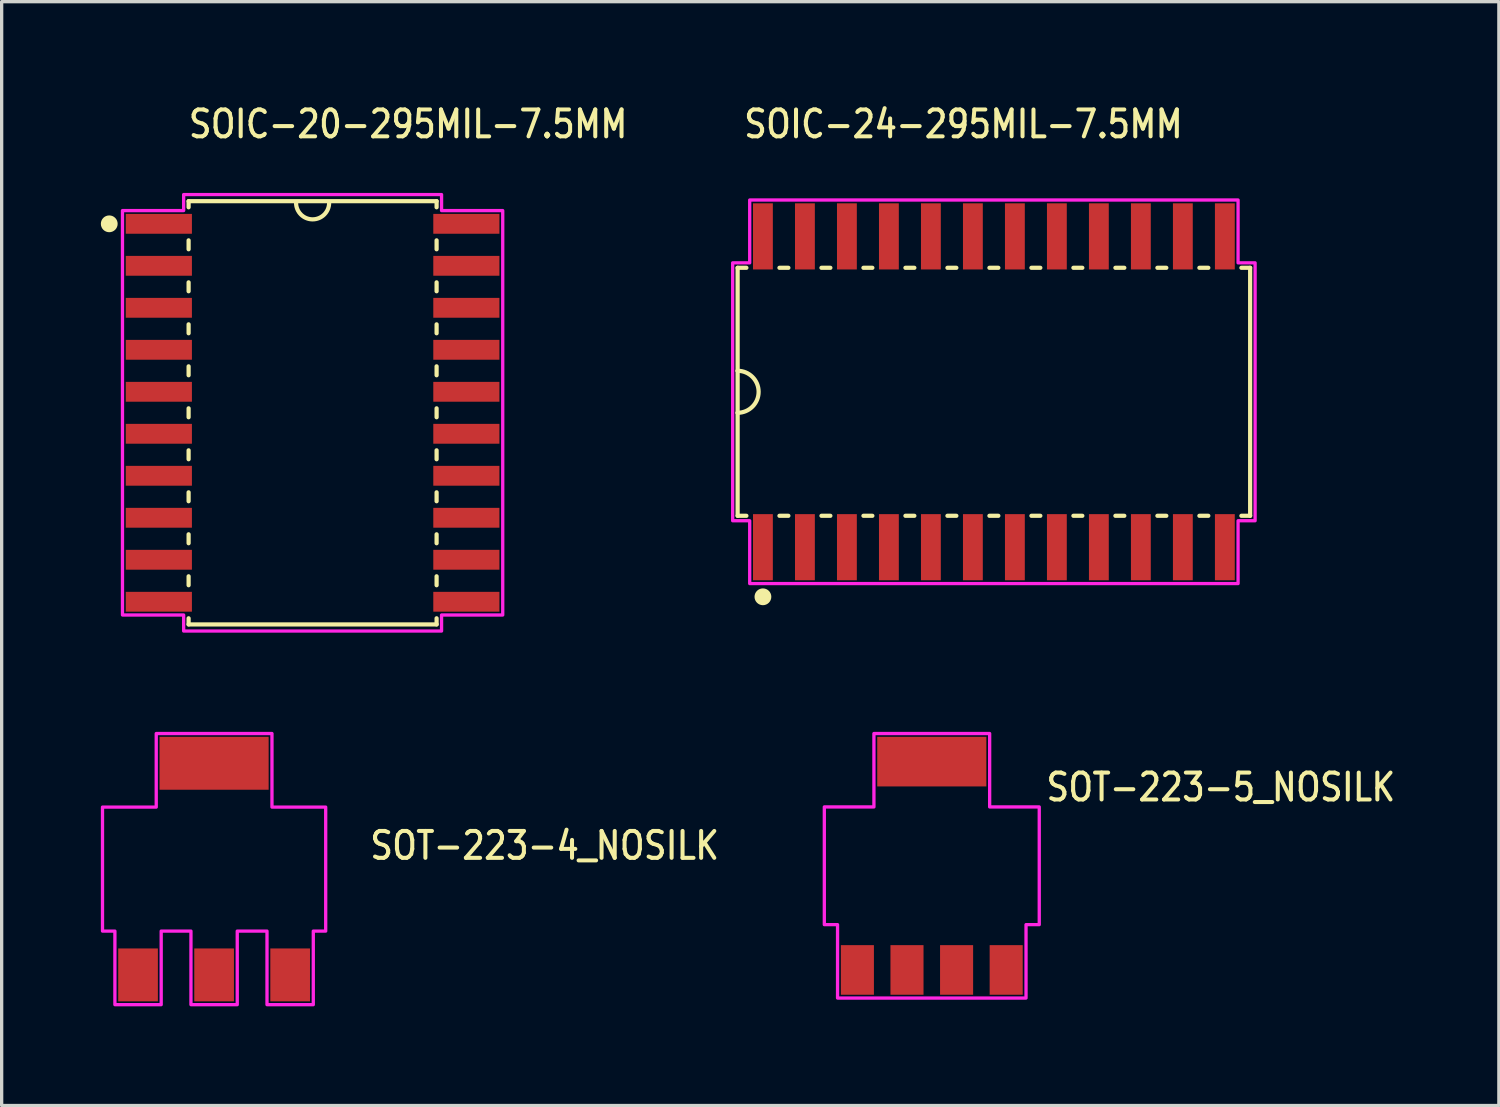
<source format=kicad_pcb>
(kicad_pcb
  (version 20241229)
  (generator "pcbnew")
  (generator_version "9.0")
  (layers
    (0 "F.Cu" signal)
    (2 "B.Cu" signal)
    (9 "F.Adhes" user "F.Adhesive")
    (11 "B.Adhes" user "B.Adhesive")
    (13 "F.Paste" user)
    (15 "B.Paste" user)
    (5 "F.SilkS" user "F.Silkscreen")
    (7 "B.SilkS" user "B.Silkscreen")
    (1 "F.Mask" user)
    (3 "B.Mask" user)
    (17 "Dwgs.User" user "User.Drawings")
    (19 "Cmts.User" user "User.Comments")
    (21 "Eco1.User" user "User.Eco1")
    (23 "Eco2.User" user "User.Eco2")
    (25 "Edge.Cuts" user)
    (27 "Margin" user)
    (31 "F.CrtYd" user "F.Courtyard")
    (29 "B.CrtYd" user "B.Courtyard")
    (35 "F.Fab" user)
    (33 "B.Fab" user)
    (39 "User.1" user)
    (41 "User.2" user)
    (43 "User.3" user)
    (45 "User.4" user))
  (footprint "SOT-223-4_NOSILK"
    (layer "F.Cu")
    (at 3.425 23.234)
    (property "Reference" "SOT-223-4_NOSILK" (at 4.655 -0.235 0) (unlocked yes) (layer "F.SilkS") (effects (font (size 0.813 0.695) (thickness 0.122)) (justify left bottom)))
    (fp_poly (pts (xy -1.75 -1.875) (xy -1.75 -4.1) (xy 1.75 -4.1) (xy 1.75 -1.875) (xy 3.375 -1.875) (xy 3.375 1.875) (xy 3 1.875) (xy 3 4.1) (xy 1.6 4.1) (xy 1.6 1.875) (xy 0.7 1.875) (xy 0.7 4.1) (xy -0.7 4.1) (xy -0.7 1.875) (xy -1.6 1.875) (xy -1.6 4.1) (xy -3 4.1) (xy -3 1.875) (xy -3.375 1.875) (xy -3.375 -1.875)) (stroke (width 0.1) (type solid)) (fill no) (layer "F.CrtYd"))
    (pad "1" smd rect (at -2.3 3.2) (size 1.2 1.6) (layers "F.Cu" "F.Mask" "F.Paste"))
    (pad "2" smd rect (at 0 3.2) (size 1.2 1.6) (layers "F.Cu" "F.Mask" "F.Paste"))
    (pad "3" smd rect (at 2.3 3.2) (size 1.2 1.6) (layers "F.Cu" "F.Mask" "F.Paste"))
    (pad "4" smd rect (at 0 -3.2) (size 3.3 1.6) (layers "F.Cu" "F.Mask" "F.Paste")))
  (footprint "SOIC-20-295MIL-7.5MM"
    (layer "F.Cu")
    (at 6.404 9.434)
    (property "Reference" "SOIC-20-295MIL-7.5MM" (at -3.81 -8.255 0) (unlocked yes) (layer "F.SilkS") (effects (font (size 0.813 0.695) (thickness 0.122)) (justify left bottom)))
    (fp_line (start -3.75 -6.4) (end -3.75 -6.215) (stroke (width 0.127) (type solid)) (layer "F.SilkS"))
    (fp_line (start -3.75 -5.215) (end -3.75 -4.945) (stroke (width 0.127) (type solid)) (layer "F.SilkS"))
    (fp_line (start -3.75 -3.945) (end -3.75 -3.675) (stroke (width 0.127) (type solid)) (layer "F.SilkS"))
    (fp_line (start -3.75 -2.675) (end -3.75 -2.405) (stroke (width 0.127) (type solid)) (layer "F.SilkS"))
    (fp_line (start -3.75 -1.405) (end -3.75 -1.135) (stroke (width 0.127) (type solid)) (layer "F.SilkS"))
    (fp_line (start -3.75 -0.135) (end -3.75 0.135) (stroke (width 0.127) (type solid)) (layer "F.SilkS"))
    (fp_line (start -3.75 1.135) (end -3.75 1.405) (stroke (width 0.127) (type solid)) (layer "F.SilkS"))
    (fp_line (start -3.75 2.405) (end -3.75 2.675) (stroke (width 0.127) (type solid)) (layer "F.SilkS"))
    (fp_line (start -3.75 3.675) (end -3.75 3.945) (stroke (width 0.127) (type solid)) (layer "F.SilkS"))
    (fp_line (start -3.75 4.945) (end -3.75 5.215) (stroke (width 0.127) (type solid)) (layer "F.SilkS"))
    (fp_line (start -3.75 6.215) (end -3.75 6.4) (stroke (width 0.127) (type solid)) (layer "F.SilkS"))
    (fp_line (start -3.75 6.4) (end 3.75 6.4) (stroke (width 0.127) (type solid)) (layer "F.SilkS"))
    (fp_line (start 3.75 -6.4) (end -3.75 -6.4) (stroke (width 0.127) (type solid)) (layer "F.SilkS"))
    (fp_line (start 3.75 -6.215) (end 3.75 -6.4) (stroke (width 0.127) (type solid)) (layer "F.SilkS"))
    (fp_line (start 3.75 -5.215) (end 3.75 -4.945) (stroke (width 0.127) (type solid)) (layer "F.SilkS"))
    (fp_line (start 3.75 -3.945) (end 3.75 -3.675) (stroke (width 0.127) (type solid)) (layer "F.SilkS"))
    (fp_line (start 3.75 -2.675) (end 3.75 -2.405) (stroke (width 0.127) (type solid)) (layer "F.SilkS"))
    (fp_line (start 3.75 -1.405) (end 3.75 -1.135) (stroke (width 0.127) (type solid)) (layer "F.SilkS"))
    (fp_line (start 3.75 -0.135) (end 3.75 0.135) (stroke (width 0.127) (type solid)) (layer "F.SilkS"))
    (fp_line (start 3.75 1.135) (end 3.75 1.405) (stroke (width 0.127) (type solid)) (layer "F.SilkS"))
    (fp_line (start 3.75 2.405) (end 3.75 2.675) (stroke (width 0.127) (type solid)) (layer "F.SilkS"))
    (fp_line (start 3.75 3.675) (end 3.75 3.945) (stroke (width 0.127) (type solid)) (layer "F.SilkS"))
    (fp_line (start 3.75 4.945) (end 3.75 5.215) (stroke (width 0.127) (type solid)) (layer "F.SilkS"))
    (fp_line (start 3.75 6.4) (end 3.75 6.215) (stroke (width 0.127) (type solid)) (layer "F.SilkS"))
    (fp_arc (start 0.5 -6.35) (mid 0 -5.85) (end -0.5 -6.35) (stroke (width 0.127) (type solid)) (layer "F.SilkS"))
    (fp_circle (center -6.15 -5.715) (end -5.896 -5.715) (stroke (width 0) (type solid)) (fill yes) (layer "F.SilkS"))
    (fp_poly (pts (xy -5.75 6.115) (xy -3.9 6.115) (xy -3.9 6.6) (xy 3.9 6.6) (xy 3.9 6.115) (xy 5.75 6.115) (xy 5.75 -6.115) (xy 3.9 -6.115) (xy 3.9 -6.6) (xy -3.9 -6.6) (xy -3.9 -6.115) (xy -5.75 -6.115)) (stroke (width 0.1) (type solid)) (fill no) (layer "F.CrtYd"))
    (pad "1" smd rect (at -4.65 -5.715) (size 2 0.6) (layers "F.Cu" "F.Mask" "F.Paste"))
    (pad "2" smd rect (at -4.65 -4.445) (size 2 0.6) (layers "F.Cu" "F.Mask" "F.Paste"))
    (pad "3" smd rect (at -4.65 -3.175) (size 2 0.6) (layers "F.Cu" "F.Mask" "F.Paste"))
    (pad "4" smd rect (at -4.65 -1.905) (size 2 0.6) (layers "F.Cu" "F.Mask" "F.Paste"))
    (pad "5" smd rect (at -4.65 -0.635) (size 2 0.6) (layers "F.Cu" "F.Mask" "F.Paste"))
    (pad "6" smd rect (at -4.65 0.635) (size 2 0.6) (layers "F.Cu" "F.Mask" "F.Paste"))
    (pad "7" smd rect (at -4.65 1.905) (size 2 0.6) (layers "F.Cu" "F.Mask" "F.Paste"))
    (pad "8" smd rect (at -4.65 3.175) (size 2 0.6) (layers "F.Cu" "F.Mask" "F.Paste"))
    (pad "9" smd rect (at -4.65 4.445) (size 2 0.6) (layers "F.Cu" "F.Mask" "F.Paste"))
    (pad "10" smd rect (at -4.65 5.715) (size 2 0.6) (layers "F.Cu" "F.Mask" "F.Paste"))
    (pad "11" smd rect (at 4.65 5.715) (size 2 0.6) (layers "F.Cu" "F.Mask" "F.Paste"))
    (pad "12" smd rect (at 4.65 4.445) (size 2 0.6) (layers "F.Cu" "F.Mask" "F.Paste"))
    (pad "13" smd rect (at 4.65 3.175) (size 2 0.6) (layers "F.Cu" "F.Mask" "F.Paste"))
    (pad "14" smd rect (at 4.65 1.905) (size 2 0.6) (layers "F.Cu" "F.Mask" "F.Paste"))
    (pad "15" smd rect (at 4.65 0.635) (size 2 0.6) (layers "F.Cu" "F.Mask" "F.Paste"))
    (pad "16" smd rect (at 4.65 -0.635) (size 2 0.6) (layers "F.Cu" "F.Mask" "F.Paste"))
    (pad "17" smd rect (at 4.65 -1.905) (size 2 0.6) (layers "F.Cu" "F.Mask" "F.Paste"))
    (pad "18" smd rect (at 4.65 -3.175) (size 2 0.6) (layers "F.Cu" "F.Mask" "F.Paste"))
    (pad "19" smd rect (at 4.65 -4.445) (size 2 0.6) (layers "F.Cu" "F.Mask" "F.Paste"))
    (pad "20" smd rect (at 4.65 -5.715) (size 2 0.6) (layers "F.Cu" "F.Mask" "F.Paste")))
  (footprint "SOIC-24-295MIL-7.5MM"
    (layer "F.Cu")
    (at 27.008 8.799)
    (property "Reference" "SOIC-24-295MIL-7.5MM" (at -7.62 -7.62 0) (unlocked yes) (layer "F.SilkS") (effects (font (size 0.813 0.695) (thickness 0.122)) (justify left bottom)))
    (fp_line (start -7.75 -3.75) (end -7.75 -0.635) (stroke (width 0.127) (type solid)) (layer "F.SilkS"))
    (fp_line (start -7.75 -3.75) (end -7.485 -3.75) (stroke (width 0.127) (type solid)) (layer "F.SilkS"))
    (fp_line (start -7.75 -0.635) (end -7.75 0.635) (stroke (width 0.127) (type solid)) (layer "F.SilkS"))
    (fp_line (start -7.75 0.635) (end -7.75 3.75) (stroke (width 0.127) (type solid)) (layer "F.SilkS"))
    (fp_line (start -7.75 3.75) (end -7.485 3.75) (stroke (width 0.127) (type solid)) (layer "F.SilkS"))
    (fp_line (start -6.485 -3.75) (end -6.215 -3.75) (stroke (width 0.127) (type solid)) (layer "F.SilkS"))
    (fp_line (start -6.485 3.75) (end -6.215 3.75) (stroke (width 0.127) (type solid)) (layer "F.SilkS"))
    (fp_line (start -5.215 -3.75) (end -4.945 -3.75) (stroke (width 0.127) (type solid)) (layer "F.SilkS"))
    (fp_line (start -5.215 3.75) (end -4.945 3.75) (stroke (width 0.127) (type solid)) (layer "F.SilkS"))
    (fp_line (start -3.945 -3.75) (end -3.675 -3.75) (stroke (width 0.127) (type solid)) (layer "F.SilkS"))
    (fp_line (start -3.945 3.75) (end -3.675 3.75) (stroke (width 0.127) (type solid)) (layer "F.SilkS"))
    (fp_line (start -2.675 -3.75) (end -2.405 -3.75) (stroke (width 0.127) (type solid)) (layer "F.SilkS"))
    (fp_line (start -2.675 3.75) (end -2.405 3.75) (stroke (width 0.127) (type solid)) (layer "F.SilkS"))
    (fp_line (start -1.405 -3.75) (end -1.135 -3.75) (stroke (width 0.127) (type solid)) (layer "F.SilkS"))
    (fp_line (start -1.405 3.75) (end -1.135 3.75) (stroke (width 0.127) (type solid)) (layer "F.SilkS"))
    (fp_line (start -0.135 -3.75) (end 0.135 -3.75) (stroke (width 0.127) (type solid)) (layer "F.SilkS"))
    (fp_line (start -0.135 3.75) (end 0.135 3.75) (stroke (width 0.127) (type solid)) (layer "F.SilkS"))
    (fp_line (start 1.135 -3.75) (end 1.405 -3.75) (stroke (width 0.127) (type solid)) (layer "F.SilkS"))
    (fp_line (start 1.135 3.75) (end 1.405 3.75) (stroke (width 0.127) (type solid)) (layer "F.SilkS"))
    (fp_line (start 2.405 -3.75) (end 2.675 -3.75) (stroke (width 0.127) (type solid)) (layer "F.SilkS"))
    (fp_line (start 2.405 3.75) (end 2.675 3.75) (stroke (width 0.127) (type solid)) (layer "F.SilkS"))
    (fp_line (start 3.675 -3.75) (end 3.945 -3.75) (stroke (width 0.127) (type solid)) (layer "F.SilkS"))
    (fp_line (start 3.675 3.75) (end 3.945 3.75) (stroke (width 0.127) (type solid)) (layer "F.SilkS"))
    (fp_line (start 4.945 -3.75) (end 5.215 -3.75) (stroke (width 0.127) (type solid)) (layer "F.SilkS"))
    (fp_line (start 4.945 3.75) (end 5.215 3.75) (stroke (width 0.127) (type solid)) (layer "F.SilkS"))
    (fp_line (start 6.215 -3.75) (end 6.485 -3.75) (stroke (width 0.127) (type solid)) (layer "F.SilkS"))
    (fp_line (start 6.215 3.75) (end 6.485 3.75) (stroke (width 0.127) (type solid)) (layer "F.SilkS"))
    (fp_line (start 7.75 -3.75) (end 7.485 -3.75) (stroke (width 0.127) (type solid)) (layer "F.SilkS"))
    (fp_line (start 7.75 -3.75) (end 7.75 3.75) (stroke (width 0.127) (type solid)) (layer "F.SilkS"))
    (fp_line (start 7.75 3.75) (end 7.485 3.75) (stroke (width 0.127) (type solid)) (layer "F.SilkS"))
    (fp_arc (start -7.75 -0.635) (mid -7.115 0) (end -7.75 0.635) (stroke (width 0.127) (type solid)) (layer "F.SilkS"))
    (fp_circle (center -6.985 6.2) (end -6.731 6.2) (stroke (width 0) (type solid)) (fill yes) (layer "F.SilkS"))
    (fp_poly (pts (xy -7.9 -3.9) (xy -7.385 -3.9) (xy -7.385 -5.8) (xy 7.385 -5.8) (xy 7.385 -3.9) (xy 7.9 -3.9) (xy 7.9 3.9) (xy 7.385 3.9) (xy 7.385 5.8) (xy -7.385 5.8) (xy -7.385 3.9) (xy -7.9 3.9)) (stroke (width 0.1) (type solid)) (fill no) (layer "F.CrtYd"))
    (pad "1" smd rect (at -6.985 4.7 90) (size 2 0.6) (layers "F.Cu" "F.Mask" "F.Paste"))
    (pad "2" smd rect (at -5.715 4.7 90) (size 2 0.6) (layers "F.Cu" "F.Mask" "F.Paste"))
    (pad "3" smd rect (at -4.445 4.7 90) (size 2 0.6) (layers "F.Cu" "F.Mask" "F.Paste"))
    (pad "4" smd rect (at -3.175 4.7 90) (size 2 0.6) (layers "F.Cu" "F.Mask" "F.Paste"))
    (pad "5" smd rect (at -1.905 4.7 90) (size 2 0.6) (layers "F.Cu" "F.Mask" "F.Paste"))
    (pad "6" smd rect (at -0.635 4.7 90) (size 2 0.6) (layers "F.Cu" "F.Mask" "F.Paste"))
    (pad "7" smd rect (at 0.635 4.7 90) (size 2 0.6) (layers "F.Cu" "F.Mask" "F.Paste"))
    (pad "8" smd rect (at 1.905 4.7 90) (size 2 0.6) (layers "F.Cu" "F.Mask" "F.Paste"))
    (pad "9" smd rect (at 3.175 4.7 90) (size 2 0.6) (layers "F.Cu" "F.Mask" "F.Paste"))
    (pad "10" smd rect (at 4.445 4.7 90) (size 2 0.6) (layers "F.Cu" "F.Mask" "F.Paste"))
    (pad "11" smd rect (at 5.715 4.7 90) (size 2 0.6) (layers "F.Cu" "F.Mask" "F.Paste"))
    (pad "12" smd rect (at 6.985 4.7 90) (size 2 0.6) (layers "F.Cu" "F.Mask" "F.Paste"))
    (pad "13" smd rect (at 6.985 -4.7 90) (size 2 0.6) (layers "F.Cu" "F.Mask" "F.Paste"))
    (pad "14" smd rect (at 5.715 -4.7 90) (size 2 0.6) (layers "F.Cu" "F.Mask" "F.Paste"))
    (pad "15" smd rect (at 4.445 -4.7 90) (size 2 0.6) (layers "F.Cu" "F.Mask" "F.Paste"))
    (pad "16" smd rect (at 3.175 -4.7 90) (size 2 0.6) (layers "F.Cu" "F.Mask" "F.Paste"))
    (pad "17" smd rect (at 1.905 -4.7 90) (size 2 0.6) (layers "F.Cu" "F.Mask" "F.Paste"))
    (pad "18" smd rect (at 0.635 -4.7 90) (size 2 0.6) (layers "F.Cu" "F.Mask" "F.Paste"))
    (pad "19" smd rect (at -0.635 -4.7 90) (size 2 0.6) (layers "F.Cu" "F.Mask" "F.Paste"))
    (pad "20" smd rect (at -1.905 -4.7 90) (size 2 0.6) (layers "F.Cu" "F.Mask" "F.Paste"))
    (pad "21" smd rect (at -3.175 -4.7 90) (size 2 0.6) (layers "F.Cu" "F.Mask" "F.Paste"))
    (pad "22" smd rect (at -4.445 -4.7 90) (size 2 0.6) (layers "F.Cu" "F.Mask" "F.Paste"))
    (pad "23" smd rect (at -5.715 -4.7 90) (size 2 0.6) (layers "F.Cu" "F.Mask" "F.Paste"))
    (pad "24" smd rect (at -6.985 -4.7 90) (size 2 0.6) (layers "F.Cu" "F.Mask" "F.Paste")))
  (footprint "SOT-223-5_NOSILK"
    (layer "F.Cu")
    (at 25.13 23.134)
    (property "Reference" "SOT-223-5_NOSILK" (at 3.4 -1.9 0) (unlocked yes) (layer "F.SilkS") (effects (font (size 0.813 0.695) (thickness 0.122)) (justify left bottom)))
    (fp_poly (pts (xy -1.75 -4) (xy 1.75 -4) (xy 1.75 -1.78) (xy 3.25 -1.78) (xy 3.25 1.78) (xy 2.85 1.78) (xy 2.85 4) (xy -2.85 4) (xy -2.85 1.78) (xy -3.25 1.78) (xy -3.25 -1.78) (xy -1.75 -1.78)) (stroke (width 0.1) (type solid)) (fill no) (layer "F.CrtYd"))
    (pad "1" smd rect (at -2.25 3.15) (size 1 1.5) (layers "F.Cu" "F.Mask" "F.Paste"))
    (pad "2" smd rect (at -0.75 3.15) (size 1 1.5) (layers "F.Cu" "F.Mask" "F.Paste"))
    (pad "3" smd rect (at 0.75 3.15) (size 1 1.5) (layers "F.Cu" "F.Mask" "F.Paste"))
    (pad "4" smd rect (at 2.25 3.15) (size 1 1.5) (layers "F.Cu" "F.Mask" "F.Paste"))
    (pad "5" smd rect (at 0 -3.15) (size 3.3 1.5) (layers "F.Cu" "F.Mask" "F.Paste")))
  (gr_rect
    (start -3 -3)
    (end 42.28 30.384)
    (stroke (width 0.1) (type default))
    (fill no)
    (layer "Edge.Cuts")))
</source>
